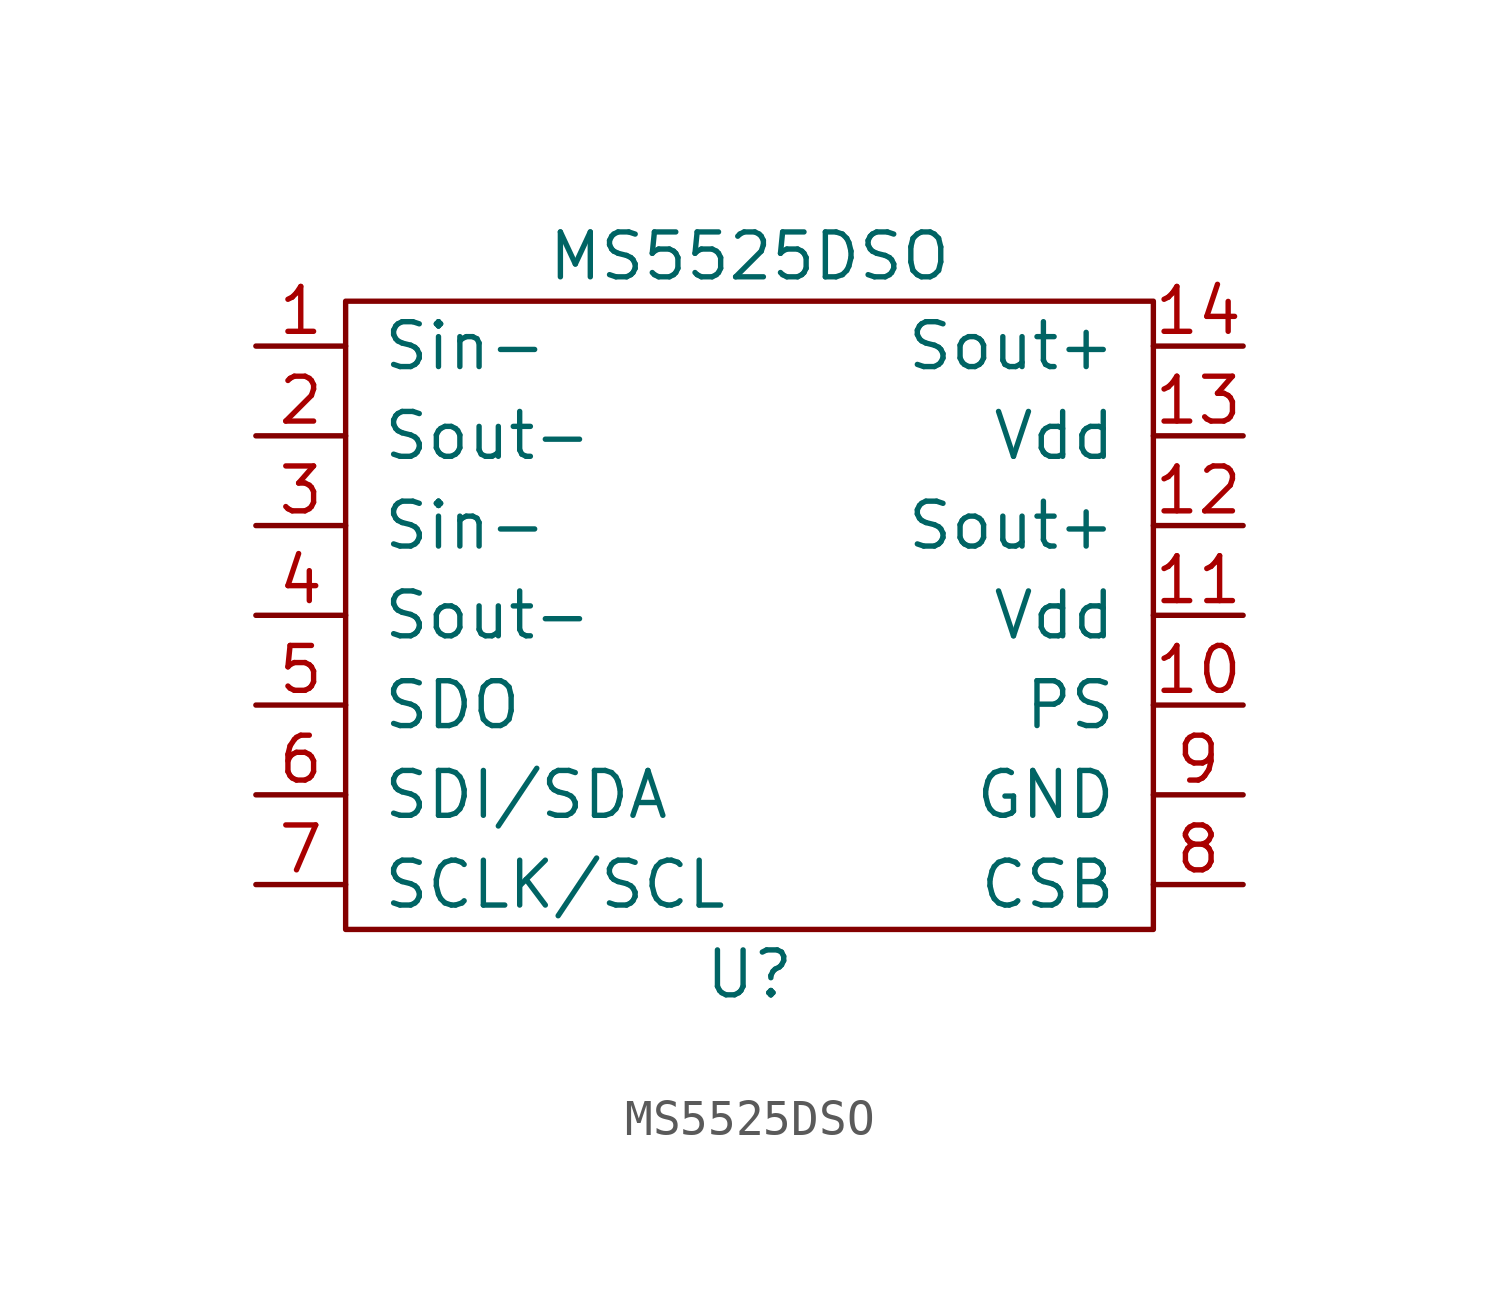
<source format=kicad_sym>
(kicad_symbol_lib
  (version 20211014)
  (generator kicad_symbol_editor)
  (symbol "MS5525DSO"
    (pin_names
      (offset 1.016))
    (property "Reference" "U"
      (at 0 -10.16 0)
      (effects (font (size 1.27 1.27))))
    (property "Value" "MS5525DSO"
      (at 0 10.16 0)
      (effects (font (size 1.27 1.27))))
    (symbol "MS5525DSO_0_1"
      (rectangle (start -11.43 8.89) (end 11.43 -8.89) (stroke (width 0) (type default) (color 0 0 0 0)) (fill (type none))))
    (symbol "MS5525DSO_1_1"
      (pin input line (at -13.97 7.62 0) (length 2.54) (name "Sin-" (effects (font (size 1.27 1.27)))) (number "1" (effects (font (size 1.27 1.27)))))
      (pin input line (at 13.97 -2.54 180) (length 2.54) (name "PS" (effects (font (size 1.27 1.27)))) (number "10" (effects (font (size 1.27 1.27)))))
      (pin input line (at 13.97 0 180) (length 2.54) (name "Vdd" (effects (font (size 1.27 1.27)))) (number "11" (effects (font (size 1.27 1.27)))))
      (pin input line (at 13.97 2.54 180) (length 2.54) (name "Sout+" (effects (font (size 1.27 1.27)))) (number "12" (effects (font (size 1.27 1.27)))))
      (pin input line (at 13.97 5.08 180) (length 2.54) (name "Vdd" (effects (font (size 1.27 1.27)))) (number "13" (effects (font (size 1.27 1.27)))))
      (pin input line (at 13.97 7.62 180) (length 2.54) (name "Sout+" (effects (font (size 1.27 1.27)))) (number "14" (effects (font (size 1.27 1.27)))))
      (pin input line (at -13.97 5.08 0) (length 2.54) (name "Sout-" (effects (font (size 1.27 1.27)))) (number "2" (effects (font (size 1.27 1.27)))))
      (pin input line (at -13.97 2.54 0) (length 2.54) (name "Sin-" (effects (font (size 1.27 1.27)))) (number "3" (effects (font (size 1.27 1.27)))))
      (pin input line (at -13.97 0 0) (length 2.54) (name "Sout-" (effects (font (size 1.27 1.27)))) (number "4" (effects (font (size 1.27 1.27)))))
      (pin input line (at -13.97 -2.54 0) (length 2.54) (name "SDO" (effects (font (size 1.27 1.27)))) (number "5" (effects (font (size 1.27 1.27)))))
      (pin input line (at -13.97 -5.08 0) (length 2.54) (name "SDI/SDA" (effects (font (size 1.27 1.27)))) (number "6" (effects (font (size 1.27 1.27)))))
      (pin input line (at -13.97 -7.62 0) (length 2.54) (name "SCLK/SCL" (effects (font (size 1.27 1.27)))) (number "7" (effects (font (size 1.27 1.27)))))
      (pin input line (at 13.97 -7.62 180) (length 2.54) (name "CSB" (effects (font (size 1.27 1.27)))) (number "8" (effects (font (size 1.27 1.27)))))
      (pin input line (at 13.97 -5.08 180) (length 2.54) (name "GND" (effects (font (size 1.27 1.27)))) (number "9" (effects (font (size 1.27 1.27))))))))
</source>
